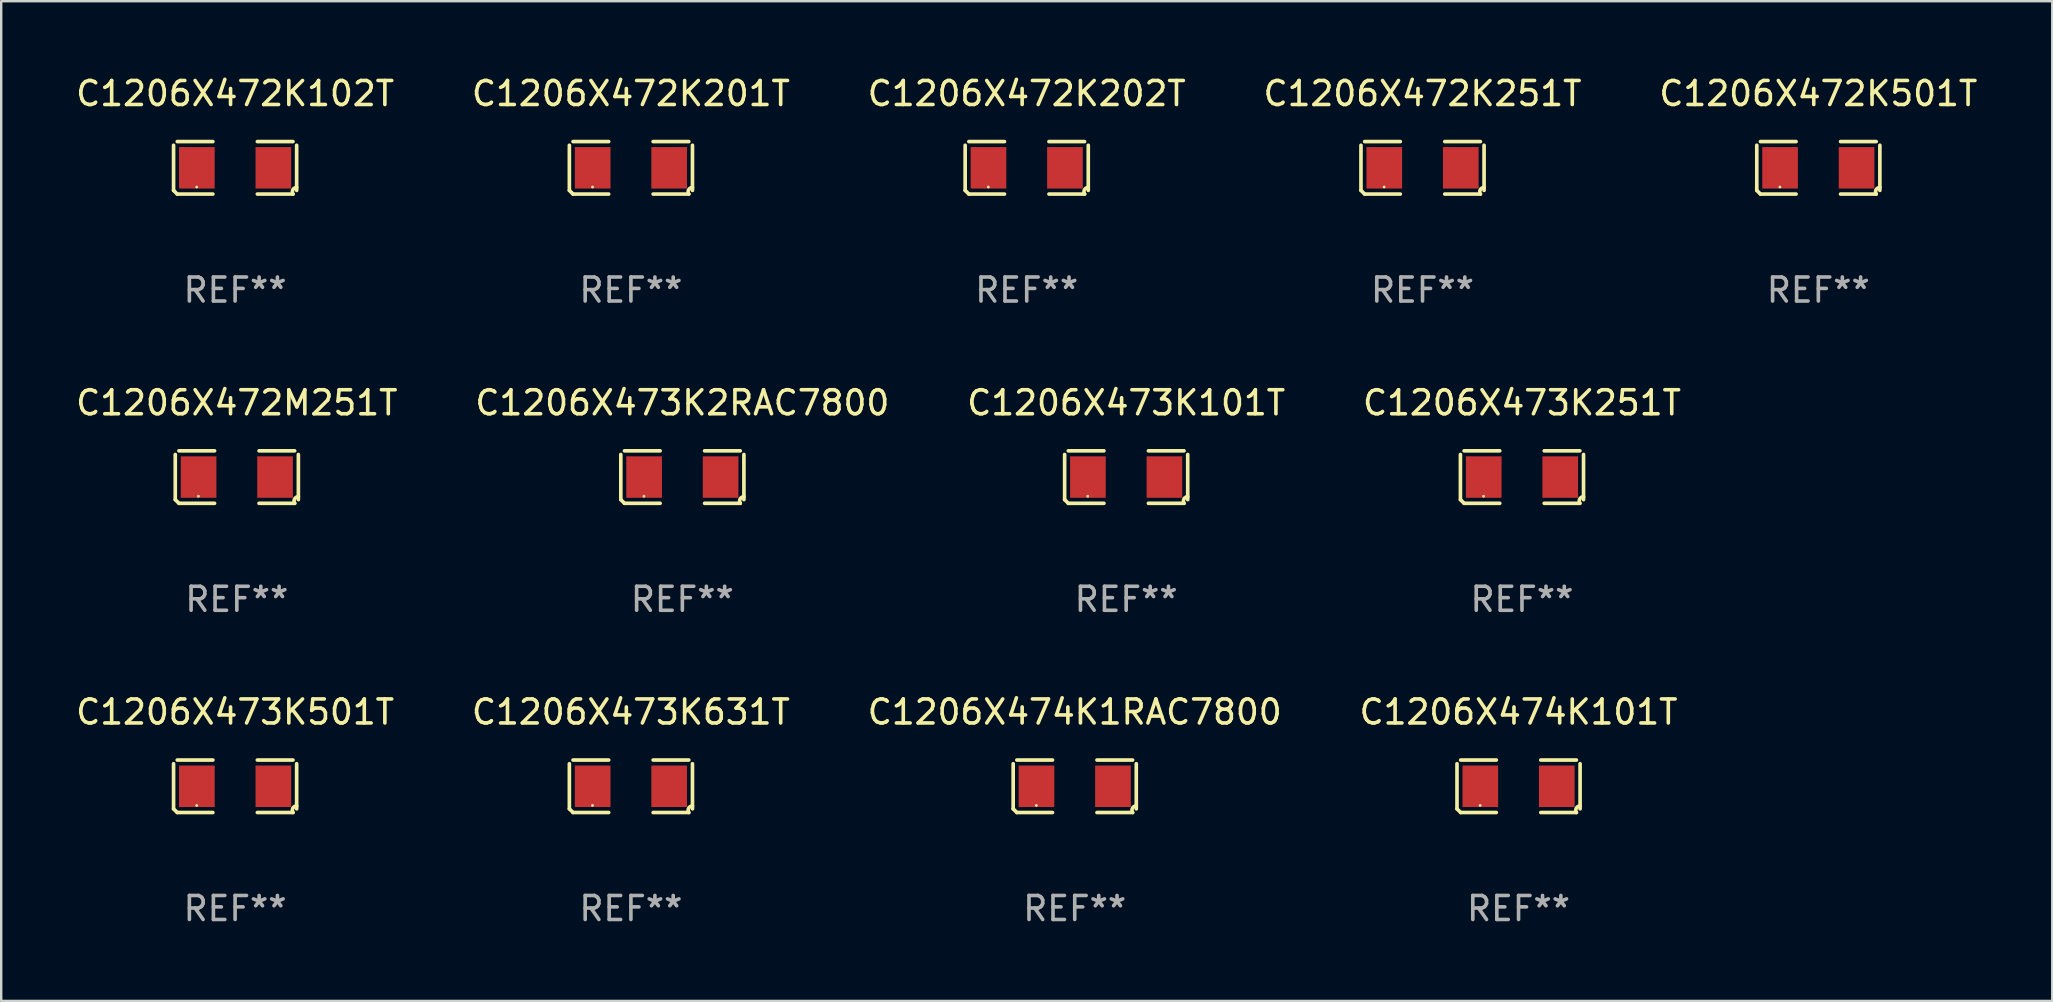
<source format=kicad_pcb>
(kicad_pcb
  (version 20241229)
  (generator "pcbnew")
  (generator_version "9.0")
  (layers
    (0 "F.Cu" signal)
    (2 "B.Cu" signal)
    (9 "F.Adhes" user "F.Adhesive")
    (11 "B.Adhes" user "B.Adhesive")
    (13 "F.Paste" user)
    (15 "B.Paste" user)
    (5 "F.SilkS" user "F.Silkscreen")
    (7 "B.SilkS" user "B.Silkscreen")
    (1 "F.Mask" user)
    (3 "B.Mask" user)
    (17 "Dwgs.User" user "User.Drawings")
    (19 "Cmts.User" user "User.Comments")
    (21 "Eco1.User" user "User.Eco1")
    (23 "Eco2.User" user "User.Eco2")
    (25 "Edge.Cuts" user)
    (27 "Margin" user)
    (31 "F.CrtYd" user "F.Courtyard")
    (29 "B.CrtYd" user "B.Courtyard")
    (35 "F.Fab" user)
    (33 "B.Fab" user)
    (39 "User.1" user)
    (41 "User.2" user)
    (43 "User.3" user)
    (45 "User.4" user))
  (footprint "C1206X473K2RAC7800"
    (layer "F.Cu")
    (at 25.375 16.823)
    (property "Reference" "C1206X473K2RAC7800" (at 0 -3.093 0) (layer "F.SilkS") (effects (font (size 1 1) (thickness 0.15))))
    (attr through_hole)
    (fp_line (start -2.564 0.94) (end -2.564 -0.94) (stroke (width 0.152) (type solid)) (layer "F.SilkS"))
    (fp_line (start -2.411 -1.093) (end -0.926 -1.093) (stroke (width 0.152) (type solid)) (layer "F.SilkS"))
    (fp_line (start -0.926 1.093) (end -2.411 1.093) (stroke (width 0.152) (type solid)) (layer "F.SilkS"))
    (fp_line (start 0.926 1.093) (end 2.411 1.093) (stroke (width 0.152) (type solid)) (layer "F.SilkS"))
    (fp_line (start 2.411 -1.093) (end 0.926 -1.093) (stroke (width 0.152) (type solid)) (layer "F.SilkS"))
    (fp_line (start 2.564 0.94) (end 2.564 -0.94) (stroke (width 0.152) (type solid)) (layer "F.SilkS"))
    (fp_arc (start -2.411201 1.092609) (mid -2.487413 1.01642) (end -2.563602 0.940208) (stroke (width 0.1524) (type solid)) (layer "F.SilkS"))
    (fp_arc (start 2.411201 1.092609) (mid 2.407159 0.911226) (end 2.563602 0.819347) (stroke (width 0.1524) (type solid)) (layer "F.SilkS"))
    (fp_circle (center -1.6 0.8) (end -1.57 0.8) (stroke (width 0.06) (type solid)) (fill no) (layer "F.SilkS"))
    (fp_text user "REF**" (at 0 5.093 0) (layer "F.Fab") (effects (font (size 1 1) (thickness 0.15))))
    (pad "1" smd rect (at -1.593 0) (size 1.485 1.728) (layers "F.Cu" "F.Mask" "F.Paste"))
    (pad "2" smd rect (at 1.593 0) (size 1.485 1.728) (layers "F.Cu" "F.Mask" "F.Paste")))
  (footprint "C1206X473K631T"
    (layer "F.Cu")
    (at 23.232 29.704)
    (property "Reference" "C1206X473K631T" (at 0 -3.093 0) (layer "F.SilkS") (effects (font (size 1 1) (thickness 0.15))))
    (attr through_hole)
    (fp_line (start -2.564 0.94) (end -2.564 -0.94) (stroke (width 0.152) (type solid)) (layer "F.SilkS"))
    (fp_line (start -2.411 -1.093) (end -0.926 -1.093) (stroke (width 0.152) (type solid)) (layer "F.SilkS"))
    (fp_line (start -0.926 1.093) (end -2.411 1.093) (stroke (width 0.152) (type solid)) (layer "F.SilkS"))
    (fp_line (start 0.926 1.093) (end 2.411 1.093) (stroke (width 0.152) (type solid)) (layer "F.SilkS"))
    (fp_line (start 2.411 -1.093) (end 0.926 -1.093) (stroke (width 0.152) (type solid)) (layer "F.SilkS"))
    (fp_line (start 2.564 0.94) (end 2.564 -0.94) (stroke (width 0.152) (type solid)) (layer "F.SilkS"))
    (fp_arc (start -2.411201 1.092609) (mid -2.487413 1.01642) (end -2.563602 0.940208) (stroke (width 0.1524) (type solid)) (layer "F.SilkS"))
    (fp_arc (start 2.411201 1.092609) (mid 2.407159 0.911226) (end 2.563602 0.819347) (stroke (width 0.1524) (type solid)) (layer "F.SilkS"))
    (fp_circle (center -1.6 0.8) (end -1.57 0.8) (stroke (width 0.06) (type solid)) (fill no) (layer "F.SilkS"))
    (fp_text user "REF**" (at 0 5.093 0) (layer "F.Fab") (effects (font (size 1 1) (thickness 0.15))))
    (pad "1" smd rect (at -1.593 0) (size 1.485 1.728) (layers "F.Cu" "F.Mask" "F.Paste"))
    (pad "2" smd rect (at 1.593 0) (size 1.485 1.728) (layers "F.Cu" "F.Mask" "F.Paste")))
  (footprint "C1206X472K102T"
    (layer "F.Cu")
    (at 6.744 3.941)
    (property "Reference" "C1206X472K102T" (at 0 -3.093 0) (layer "F.SilkS") (effects (font (size 1 1) (thickness 0.15))))
    (attr through_hole)
    (fp_line (start -2.564 0.94) (end -2.564 -0.94) (stroke (width 0.152) (type solid)) (layer "F.SilkS"))
    (fp_line (start -2.411 -1.093) (end -0.926 -1.093) (stroke (width 0.152) (type solid)) (layer "F.SilkS"))
    (fp_line (start -0.926 1.093) (end -2.411 1.093) (stroke (width 0.152) (type solid)) (layer "F.SilkS"))
    (fp_line (start 0.926 1.093) (end 2.411 1.093) (stroke (width 0.152) (type solid)) (layer "F.SilkS"))
    (fp_line (start 2.411 -1.093) (end 0.926 -1.093) (stroke (width 0.152) (type solid)) (layer "F.SilkS"))
    (fp_line (start 2.564 0.94) (end 2.564 -0.94) (stroke (width 0.152) (type solid)) (layer "F.SilkS"))
    (fp_arc (start -2.411201 1.092609) (mid -2.487413 1.01642) (end -2.563602 0.940208) (stroke (width 0.1524) (type solid)) (layer "F.SilkS"))
    (fp_arc (start 2.411201 1.092609) (mid 2.407159 0.911226) (end 2.563602 0.819347) (stroke (width 0.1524) (type solid)) (layer "F.SilkS"))
    (fp_circle (center -1.6 0.8) (end -1.57 0.8) (stroke (width 0.06) (type solid)) (fill no) (layer "F.SilkS"))
    (fp_text user "REF**" (at 0 5.093 0) (layer "F.Fab") (effects (font (size 1 1) (thickness 0.15))))
    (pad "1" smd rect (at -1.593 0) (size 1.485 1.728) (layers "F.Cu" "F.Mask" "F.Paste"))
    (pad "2" smd rect (at 1.593 0) (size 1.485 1.728) (layers "F.Cu" "F.Mask" "F.Paste")))
  (footprint "C1206X474K101T"
    (layer "F.Cu")
    (at 60.208 29.704)
    (property "Reference" "C1206X474K101T" (at 0 -3.093 0) (layer "F.SilkS") (effects (font (size 1 1) (thickness 0.15))))
    (attr through_hole)
    (fp_line (start -2.564 0.94) (end -2.564 -0.94) (stroke (width 0.152) (type solid)) (layer "F.SilkS"))
    (fp_line (start -2.411 -1.093) (end -0.926 -1.093) (stroke (width 0.152) (type solid)) (layer "F.SilkS"))
    (fp_line (start -0.926 1.093) (end -2.411 1.093) (stroke (width 0.152) (type solid)) (layer "F.SilkS"))
    (fp_line (start 0.926 1.093) (end 2.411 1.093) (stroke (width 0.152) (type solid)) (layer "F.SilkS"))
    (fp_line (start 2.411 -1.093) (end 0.926 -1.093) (stroke (width 0.152) (type solid)) (layer "F.SilkS"))
    (fp_line (start 2.564 0.94) (end 2.564 -0.94) (stroke (width 0.152) (type solid)) (layer "F.SilkS"))
    (fp_arc (start -2.411201 1.092609) (mid -2.487413 1.01642) (end -2.563602 0.940208) (stroke (width 0.1524) (type solid)) (layer "F.SilkS"))
    (fp_arc (start 2.411201 1.092609) (mid 2.407159 0.911226) (end 2.563602 0.819347) (stroke (width 0.1524) (type solid)) (layer "F.SilkS"))
    (fp_circle (center -1.6 0.8) (end -1.57 0.8) (stroke (width 0.06) (type solid)) (fill no) (layer "F.SilkS"))
    (fp_text user "REF**" (at 0 5.093 0) (layer "F.Fab") (effects (font (size 1 1) (thickness 0.15))))
    (pad "1" smd rect (at -1.593 0) (size 1.485 1.728) (layers "F.Cu" "F.Mask" "F.Paste"))
    (pad "2" smd rect (at 1.593 0) (size 1.485 1.728) (layers "F.Cu" "F.Mask" "F.Paste")))
  (footprint "C1206X472K201T"
    (layer "F.Cu")
    (at 23.232 3.941)
    (property "Reference" "C1206X472K201T" (at 0 -3.093 0) (layer "F.SilkS") (effects (font (size 1 1) (thickness 0.15))))
    (attr through_hole)
    (fp_line (start -2.564 0.94) (end -2.564 -0.94) (stroke (width 0.152) (type solid)) (layer "F.SilkS"))
    (fp_line (start -2.411 -1.093) (end -0.926 -1.093) (stroke (width 0.152) (type solid)) (layer "F.SilkS"))
    (fp_line (start -0.926 1.093) (end -2.411 1.093) (stroke (width 0.152) (type solid)) (layer "F.SilkS"))
    (fp_line (start 0.926 1.093) (end 2.411 1.093) (stroke (width 0.152) (type solid)) (layer "F.SilkS"))
    (fp_line (start 2.411 -1.093) (end 0.926 -1.093) (stroke (width 0.152) (type solid)) (layer "F.SilkS"))
    (fp_line (start 2.564 0.94) (end 2.564 -0.94) (stroke (width 0.152) (type solid)) (layer "F.SilkS"))
    (fp_arc (start -2.411201 1.092609) (mid -2.487413 1.01642) (end -2.563602 0.940208) (stroke (width 0.1524) (type solid)) (layer "F.SilkS"))
    (fp_arc (start 2.411201 1.092609) (mid 2.407159 0.911226) (end 2.563602 0.819347) (stroke (width 0.1524) (type solid)) (layer "F.SilkS"))
    (fp_circle (center -1.6 0.8) (end -1.57 0.8) (stroke (width 0.06) (type solid)) (fill no) (layer "F.SilkS"))
    (fp_text user "REF**" (at 0 5.093 0) (layer "F.Fab") (effects (font (size 1 1) (thickness 0.15))))
    (pad "1" smd rect (at -1.593 0) (size 1.485 1.728) (layers "F.Cu" "F.Mask" "F.Paste"))
    (pad "2" smd rect (at 1.593 0) (size 1.485 1.728) (layers "F.Cu" "F.Mask" "F.Paste")))
  (footprint "C1206X472K501T"
    (layer "F.Cu")
    (at 72.696 3.941)
    (property "Reference" "C1206X472K501T" (at 0 -3.093 0) (layer "F.SilkS") (effects (font (size 1 1) (thickness 0.15))))
    (attr through_hole)
    (fp_line (start -2.564 0.94) (end -2.564 -0.94) (stroke (width 0.152) (type solid)) (layer "F.SilkS"))
    (fp_line (start -2.411 -1.093) (end -0.926 -1.093) (stroke (width 0.152) (type solid)) (layer "F.SilkS"))
    (fp_line (start -0.926 1.093) (end -2.411 1.093) (stroke (width 0.152) (type solid)) (layer "F.SilkS"))
    (fp_line (start 0.926 1.093) (end 2.411 1.093) (stroke (width 0.152) (type solid)) (layer "F.SilkS"))
    (fp_line (start 2.411 -1.093) (end 0.926 -1.093) (stroke (width 0.152) (type solid)) (layer "F.SilkS"))
    (fp_line (start 2.564 0.94) (end 2.564 -0.94) (stroke (width 0.152) (type solid)) (layer "F.SilkS"))
    (fp_arc (start -2.411201 1.092609) (mid -2.487413 1.01642) (end -2.563602 0.940208) (stroke (width 0.1524) (type solid)) (layer "F.SilkS"))
    (fp_arc (start 2.411201 1.092609) (mid 2.407159 0.911226) (end 2.563602 0.819347) (stroke (width 0.1524) (type solid)) (layer "F.SilkS"))
    (fp_circle (center -1.6 0.8) (end -1.57 0.8) (stroke (width 0.06) (type solid)) (fill no) (layer "F.SilkS"))
    (fp_text user "REF**" (at 0 5.093 0) (layer "F.Fab") (effects (font (size 1 1) (thickness 0.15))))
    (pad "1" smd rect (at -1.593 0) (size 1.485 1.728) (layers "F.Cu" "F.Mask" "F.Paste"))
    (pad "2" smd rect (at 1.593 0) (size 1.485 1.728) (layers "F.Cu" "F.Mask" "F.Paste")))
  (footprint "C1206X474K1RAC7800"
    (layer "F.Cu")
    (at 41.72 29.704)
    (property "Reference" "C1206X474K1RAC7800" (at 0 -3.093 0) (layer "F.SilkS") (effects (font (size 1 1) (thickness 0.15))))
    (attr through_hole)
    (fp_line (start -2.564 0.94) (end -2.564 -0.94) (stroke (width 0.152) (type solid)) (layer "F.SilkS"))
    (fp_line (start -2.411 -1.093) (end -0.926 -1.093) (stroke (width 0.152) (type solid)) (layer "F.SilkS"))
    (fp_line (start -0.926 1.093) (end -2.411 1.093) (stroke (width 0.152) (type solid)) (layer "F.SilkS"))
    (fp_line (start 0.926 1.093) (end 2.411 1.093) (stroke (width 0.152) (type solid)) (layer "F.SilkS"))
    (fp_line (start 2.411 -1.093) (end 0.926 -1.093) (stroke (width 0.152) (type solid)) (layer "F.SilkS"))
    (fp_line (start 2.564 0.94) (end 2.564 -0.94) (stroke (width 0.152) (type solid)) (layer "F.SilkS"))
    (fp_arc (start -2.411201 1.092609) (mid -2.487413 1.01642) (end -2.563602 0.940208) (stroke (width 0.1524) (type solid)) (layer "F.SilkS"))
    (fp_arc (start 2.411201 1.092609) (mid 2.407159 0.911226) (end 2.563602 0.819347) (stroke (width 0.1524) (type solid)) (layer "F.SilkS"))
    (fp_circle (center -1.6 0.8) (end -1.57 0.8) (stroke (width 0.06) (type solid)) (fill no) (layer "F.SilkS"))
    (fp_text user "REF**" (at 0 5.093 0) (layer "F.Fab") (effects (font (size 1 1) (thickness 0.15))))
    (pad "1" smd rect (at -1.593 0) (size 1.485 1.728) (layers "F.Cu" "F.Mask" "F.Paste"))
    (pad "2" smd rect (at 1.593 0) (size 1.485 1.728) (layers "F.Cu" "F.Mask" "F.Paste")))
  (footprint "C1206X472K202T"
    (layer "F.Cu")
    (at 39.72 3.941)
    (property "Reference" "C1206X472K202T" (at 0 -3.093 0) (layer "F.SilkS") (effects (font (size 1 1) (thickness 0.15))))
    (attr through_hole)
    (fp_line (start -2.564 0.94) (end -2.564 -0.94) (stroke (width 0.152) (type solid)) (layer "F.SilkS"))
    (fp_line (start -2.411 -1.093) (end -0.926 -1.093) (stroke (width 0.152) (type solid)) (layer "F.SilkS"))
    (fp_line (start -0.926 1.093) (end -2.411 1.093) (stroke (width 0.152) (type solid)) (layer "F.SilkS"))
    (fp_line (start 0.926 1.093) (end 2.411 1.093) (stroke (width 0.152) (type solid)) (layer "F.SilkS"))
    (fp_line (start 2.411 -1.093) (end 0.926 -1.093) (stroke (width 0.152) (type solid)) (layer "F.SilkS"))
    (fp_line (start 2.564 0.94) (end 2.564 -0.94) (stroke (width 0.152) (type solid)) (layer "F.SilkS"))
    (fp_arc (start -2.411201 1.092609) (mid -2.487413 1.01642) (end -2.563602 0.940208) (stroke (width 0.1524) (type solid)) (layer "F.SilkS"))
    (fp_arc (start 2.411201 1.092609) (mid 2.407159 0.911226) (end 2.563602 0.819347) (stroke (width 0.1524) (type solid)) (layer "F.SilkS"))
    (fp_circle (center -1.6 0.8) (end -1.57 0.8) (stroke (width 0.06) (type solid)) (fill no) (layer "F.SilkS"))
    (fp_text user "REF**" (at 0 5.093 0) (layer "F.Fab") (effects (font (size 1 1) (thickness 0.15))))
    (pad "1" smd rect (at -1.593 0) (size 1.485 1.728) (layers "F.Cu" "F.Mask" "F.Paste"))
    (pad "2" smd rect (at 1.593 0) (size 1.485 1.728) (layers "F.Cu" "F.Mask" "F.Paste")))
  (footprint "C1206X472K251T"
    (layer "F.Cu")
    (at 56.208 3.941)
    (property "Reference" "C1206X472K251T" (at 0 -3.093 0) (layer "F.SilkS") (effects (font (size 1 1) (thickness 0.15))))
    (attr through_hole)
    (fp_line (start -2.564 0.94) (end -2.564 -0.94) (stroke (width 0.152) (type solid)) (layer "F.SilkS"))
    (fp_line (start -2.411 -1.093) (end -0.926 -1.093) (stroke (width 0.152) (type solid)) (layer "F.SilkS"))
    (fp_line (start -0.926 1.093) (end -2.411 1.093) (stroke (width 0.152) (type solid)) (layer "F.SilkS"))
    (fp_line (start 0.926 1.093) (end 2.411 1.093) (stroke (width 0.152) (type solid)) (layer "F.SilkS"))
    (fp_line (start 2.411 -1.093) (end 0.926 -1.093) (stroke (width 0.152) (type solid)) (layer "F.SilkS"))
    (fp_line (start 2.564 0.94) (end 2.564 -0.94) (stroke (width 0.152) (type solid)) (layer "F.SilkS"))
    (fp_arc (start -2.411201 1.092609) (mid -2.487413 1.01642) (end -2.563602 0.940208) (stroke (width 0.1524) (type solid)) (layer "F.SilkS"))
    (fp_arc (start 2.411201 1.092609) (mid 2.407159 0.911226) (end 2.563602 0.819347) (stroke (width 0.1524) (type solid)) (layer "F.SilkS"))
    (fp_circle (center -1.6 0.8) (end -1.57 0.8) (stroke (width 0.06) (type solid)) (fill no) (layer "F.SilkS"))
    (fp_text user "REF**" (at 0 5.093 0) (layer "F.Fab") (effects (font (size 1 1) (thickness 0.15))))
    (pad "1" smd rect (at -1.593 0) (size 1.485 1.728) (layers "F.Cu" "F.Mask" "F.Paste"))
    (pad "2" smd rect (at 1.593 0) (size 1.485 1.728) (layers "F.Cu" "F.Mask" "F.Paste")))
  (footprint "C1206X472M251T"
    (layer "F.Cu")
    (at 6.815 16.823)
    (property "Reference" "C1206X472M251T" (at 0 -3.093 0) (layer "F.SilkS") (effects (font (size 1 1) (thickness 0.15))))
    (attr through_hole)
    (fp_line (start -2.564 0.94) (end -2.564 -0.94) (stroke (width 0.152) (type solid)) (layer "F.SilkS"))
    (fp_line (start -2.411 -1.093) (end -0.926 -1.093) (stroke (width 0.152) (type solid)) (layer "F.SilkS"))
    (fp_line (start -0.926 1.093) (end -2.411 1.093) (stroke (width 0.152) (type solid)) (layer "F.SilkS"))
    (fp_line (start 0.926 1.093) (end 2.411 1.093) (stroke (width 0.152) (type solid)) (layer "F.SilkS"))
    (fp_line (start 2.411 -1.093) (end 0.926 -1.093) (stroke (width 0.152) (type solid)) (layer "F.SilkS"))
    (fp_line (start 2.564 0.94) (end 2.564 -0.94) (stroke (width 0.152) (type solid)) (layer "F.SilkS"))
    (fp_arc (start -2.411201 1.092609) (mid -2.487413 1.01642) (end -2.563602 0.940208) (stroke (width 0.1524) (type solid)) (layer "F.SilkS"))
    (fp_arc (start 2.411201 1.092609) (mid 2.407159 0.911226) (end 2.563602 0.819347) (stroke (width 0.1524) (type solid)) (layer "F.SilkS"))
    (fp_circle (center -1.6 0.8) (end -1.57 0.8) (stroke (width 0.06) (type solid)) (fill no) (layer "F.SilkS"))
    (fp_text user "REF**" (at 0 5.093 0) (layer "F.Fab") (effects (font (size 1 1) (thickness 0.15))))
    (pad "1" smd rect (at -1.593 0) (size 1.485 1.728) (layers "F.Cu" "F.Mask" "F.Paste"))
    (pad "2" smd rect (at 1.593 0) (size 1.485 1.728) (layers "F.Cu" "F.Mask" "F.Paste")))
  (footprint "C1206X473K101T"
    (layer "F.Cu")
    (at 43.863 16.823)
    (property "Reference" "C1206X473K101T" (at 0 -3.093 0) (layer "F.SilkS") (effects (font (size 1 1) (thickness 0.15))))
    (attr through_hole)
    (fp_line (start -2.564 0.94) (end -2.564 -0.94) (stroke (width 0.152) (type solid)) (layer "F.SilkS"))
    (fp_line (start -2.411 -1.093) (end -0.926 -1.093) (stroke (width 0.152) (type solid)) (layer "F.SilkS"))
    (fp_line (start -0.926 1.093) (end -2.411 1.093) (stroke (width 0.152) (type solid)) (layer "F.SilkS"))
    (fp_line (start 0.926 1.093) (end 2.411 1.093) (stroke (width 0.152) (type solid)) (layer "F.SilkS"))
    (fp_line (start 2.411 -1.093) (end 0.926 -1.093) (stroke (width 0.152) (type solid)) (layer "F.SilkS"))
    (fp_line (start 2.564 0.94) (end 2.564 -0.94) (stroke (width 0.152) (type solid)) (layer "F.SilkS"))
    (fp_arc (start -2.411201 1.092609) (mid -2.487413 1.01642) (end -2.563602 0.940208) (stroke (width 0.1524) (type solid)) (layer "F.SilkS"))
    (fp_arc (start 2.411201 1.092609) (mid 2.407159 0.911226) (end 2.563602 0.819347) (stroke (width 0.1524) (type solid)) (layer "F.SilkS"))
    (fp_circle (center -1.6 0.8) (end -1.57 0.8) (stroke (width 0.06) (type solid)) (fill no) (layer "F.SilkS"))
    (fp_text user "REF**" (at 0 5.093 0) (layer "F.Fab") (effects (font (size 1 1) (thickness 0.15))))
    (pad "1" smd rect (at -1.593 0) (size 1.485 1.728) (layers "F.Cu" "F.Mask" "F.Paste"))
    (pad "2" smd rect (at 1.593 0) (size 1.485 1.728) (layers "F.Cu" "F.Mask" "F.Paste")))
  (footprint "C1206X473K501T"
    (layer "F.Cu")
    (at 6.744 29.704)
    (property "Reference" "C1206X473K501T" (at 0 -3.093 0) (layer "F.SilkS") (effects (font (size 1 1) (thickness 0.15))))
    (attr through_hole)
    (fp_line (start -2.564 0.94) (end -2.564 -0.94) (stroke (width 0.152) (type solid)) (layer "F.SilkS"))
    (fp_line (start -2.411 -1.093) (end -0.926 -1.093) (stroke (width 0.152) (type solid)) (layer "F.SilkS"))
    (fp_line (start -0.926 1.093) (end -2.411 1.093) (stroke (width 0.152) (type solid)) (layer "F.SilkS"))
    (fp_line (start 0.926 1.093) (end 2.411 1.093) (stroke (width 0.152) (type solid)) (layer "F.SilkS"))
    (fp_line (start 2.411 -1.093) (end 0.926 -1.093) (stroke (width 0.152) (type solid)) (layer "F.SilkS"))
    (fp_line (start 2.564 0.94) (end 2.564 -0.94) (stroke (width 0.152) (type solid)) (layer "F.SilkS"))
    (fp_arc (start -2.411201 1.092609) (mid -2.487413 1.01642) (end -2.563602 0.940208) (stroke (width 0.1524) (type solid)) (layer "F.SilkS"))
    (fp_arc (start 2.411201 1.092609) (mid 2.407159 0.911226) (end 2.563602 0.819347) (stroke (width 0.1524) (type solid)) (layer "F.SilkS"))
    (fp_circle (center -1.6 0.8) (end -1.57 0.8) (stroke (width 0.06) (type solid)) (fill no) (layer "F.SilkS"))
    (fp_text user "REF**" (at 0 5.093 0) (layer "F.Fab") (effects (font (size 1 1) (thickness 0.15))))
    (pad "1" smd rect (at -1.593 0) (size 1.485 1.728) (layers "F.Cu" "F.Mask" "F.Paste"))
    (pad "2" smd rect (at 1.593 0) (size 1.485 1.728) (layers "F.Cu" "F.Mask" "F.Paste")))
  (footprint "C1206X473K251T"
    (layer "F.Cu")
    (at 60.351 16.823)
    (property "Reference" "C1206X473K251T" (at 0 -3.093 0) (layer "F.SilkS") (effects (font (size 1 1) (thickness 0.15))))
    (attr through_hole)
    (fp_line (start -2.564 0.94) (end -2.564 -0.94) (stroke (width 0.152) (type solid)) (layer "F.SilkS"))
    (fp_line (start -2.411 -1.093) (end -0.926 -1.093) (stroke (width 0.152) (type solid)) (layer "F.SilkS"))
    (fp_line (start -0.926 1.093) (end -2.411 1.093) (stroke (width 0.152) (type solid)) (layer "F.SilkS"))
    (fp_line (start 0.926 1.093) (end 2.411 1.093) (stroke (width 0.152) (type solid)) (layer "F.SilkS"))
    (fp_line (start 2.411 -1.093) (end 0.926 -1.093) (stroke (width 0.152) (type solid)) (layer "F.SilkS"))
    (fp_line (start 2.564 0.94) (end 2.564 -0.94) (stroke (width 0.152) (type solid)) (layer "F.SilkS"))
    (fp_arc (start -2.411201 1.092609) (mid -2.487413 1.01642) (end -2.563602 0.940208) (stroke (width 0.1524) (type solid)) (layer "F.SilkS"))
    (fp_arc (start 2.411201 1.092609) (mid 2.407159 0.911226) (end 2.563602 0.819347) (stroke (width 0.1524) (type solid)) (layer "F.SilkS"))
    (fp_circle (center -1.6 0.8) (end -1.57 0.8) (stroke (width 0.06) (type solid)) (fill no) (layer "F.SilkS"))
    (fp_text user "REF**" (at 0 5.093 0) (layer "F.Fab") (effects (font (size 1 1) (thickness 0.15))))
    (pad "1" smd rect (at -1.593 0) (size 1.485 1.728) (layers "F.Cu" "F.Mask" "F.Paste"))
    (pad "2" smd rect (at 1.593 0) (size 1.485 1.728) (layers "F.Cu" "F.Mask" "F.Paste")))
  (gr_rect
    (start -3 -3)
    (end 82.44 38.645)
    (stroke (width 0.1) (type default))
    (fill no)
    (layer "Edge.Cuts")))
</source>
